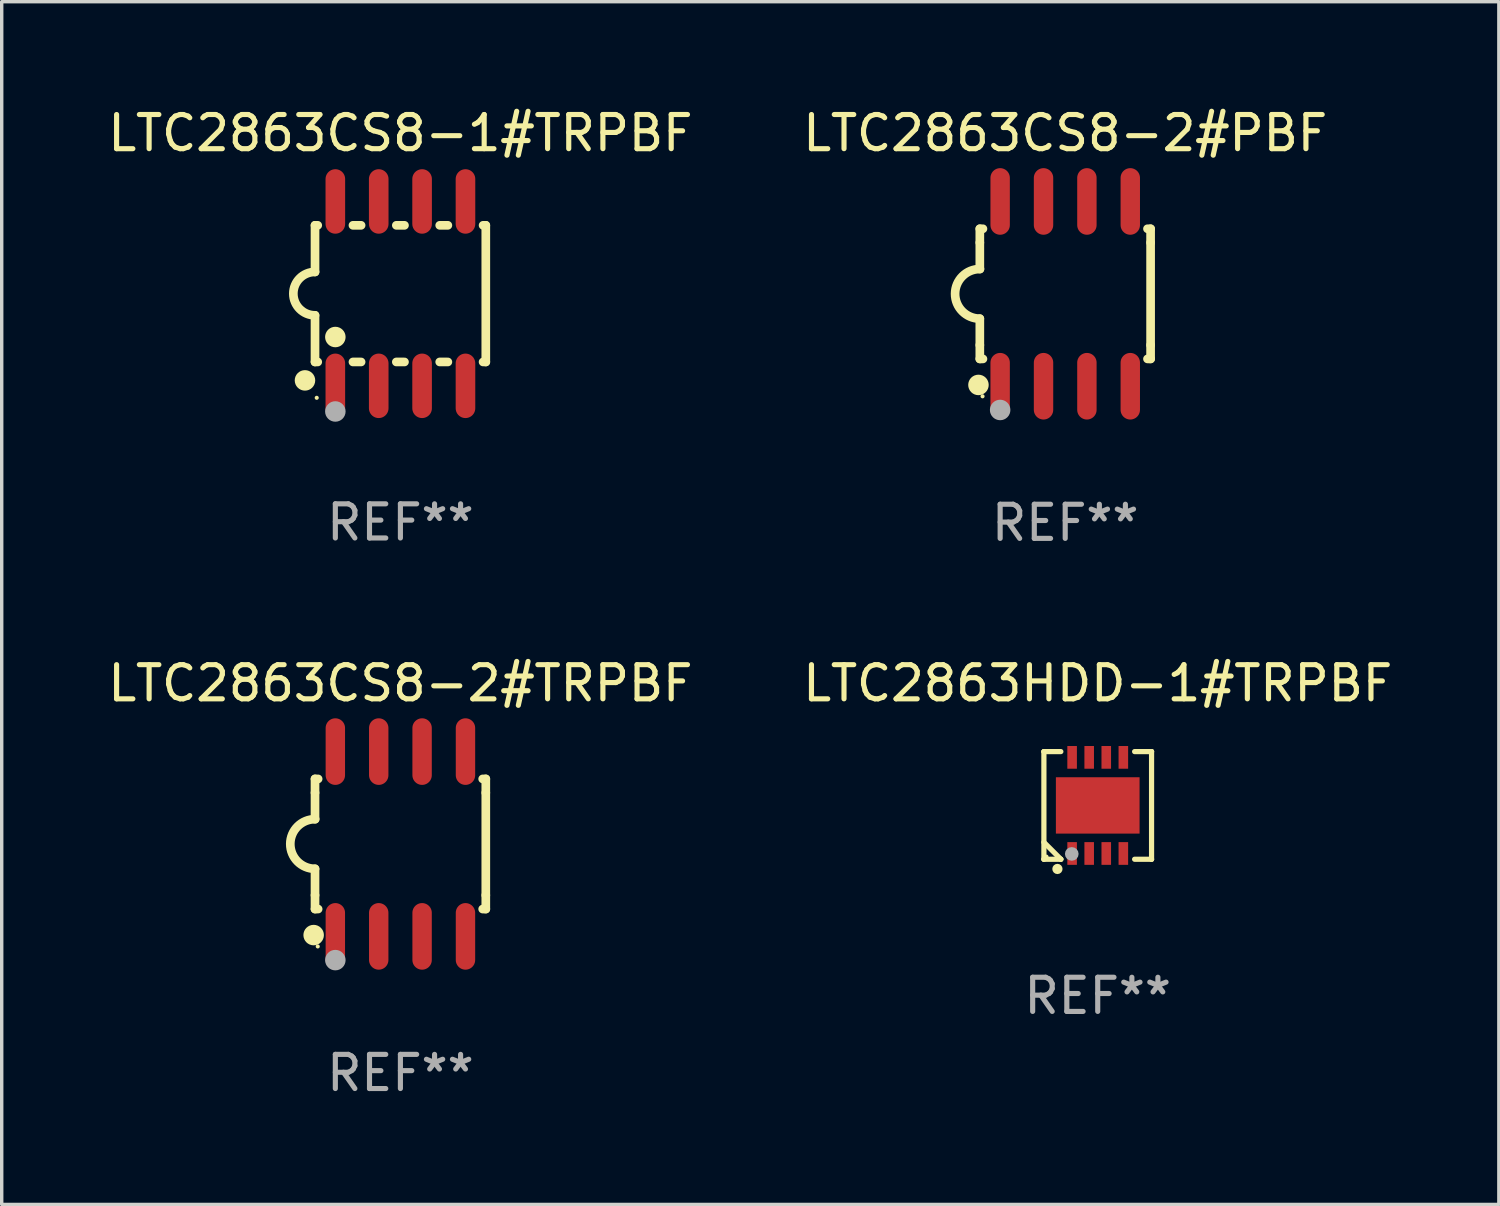
<source format=kicad_pcb>
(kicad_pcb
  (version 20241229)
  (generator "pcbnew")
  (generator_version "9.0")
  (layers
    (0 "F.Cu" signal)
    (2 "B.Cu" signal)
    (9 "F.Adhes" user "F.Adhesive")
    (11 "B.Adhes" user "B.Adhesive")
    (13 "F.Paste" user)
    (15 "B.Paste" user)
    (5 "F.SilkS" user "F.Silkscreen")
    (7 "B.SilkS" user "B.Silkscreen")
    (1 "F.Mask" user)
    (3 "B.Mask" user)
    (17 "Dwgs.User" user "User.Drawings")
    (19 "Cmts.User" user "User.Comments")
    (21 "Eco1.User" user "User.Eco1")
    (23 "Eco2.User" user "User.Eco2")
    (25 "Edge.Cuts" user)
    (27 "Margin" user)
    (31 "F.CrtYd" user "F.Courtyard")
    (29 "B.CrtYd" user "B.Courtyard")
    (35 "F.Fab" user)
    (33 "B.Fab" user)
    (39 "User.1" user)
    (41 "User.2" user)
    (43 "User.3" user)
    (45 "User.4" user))
  (footprint "LTC2863HDD-1#TRPBF"
    (layer "F.Cu")
    (at 29.089 20.531)
    (property "Reference" "LTC2863HDD-1#TRPBF" (at 0 -3.576 0) (layer "F.SilkS") (effects (font (size 1 1) (thickness 0.15))))
    (attr through_hole)
    (fp_line (start -1.576 -1.576) (end -1.576 -1.576) (stroke (width 0.152) (type solid)) (layer "F.SilkS"))
    (fp_line (start -1.576 -1.576) (end -1.08 -1.576) (stroke (width 0.152) (type solid)) (layer "F.SilkS"))
    (fp_line (start -1.576 1.576) (end -1.576 -1.576) (stroke (width 0.152) (type solid)) (layer "F.SilkS"))
    (fp_line (start -1.576 1.576) (end -1.576 1.576) (stroke (width 0.152) (type solid)) (layer "F.SilkS"))
    (fp_line (start -1.08 1.575) (end -1.576 1.079) (stroke (width 0.152) (type solid)) (layer "F.SilkS"))
    (fp_line (start -1.08 1.576) (end -1.576 1.576) (stroke (width 0.152) (type solid)) (layer "F.SilkS"))
    (fp_line (start -1.08 1.576) (end -1.08 1.575) (stroke (width 0.152) (type solid)) (layer "F.SilkS"))
    (fp_line (start 1.08 1.576) (end 1.576 1.576) (stroke (width 0.152) (type solid)) (layer "F.SilkS"))
    (fp_line (start 1.576 -1.576) (end 1.08 -1.576) (stroke (width 0.152) (type solid)) (layer "F.SilkS"))
    (fp_line (start 1.576 -1.576) (end 1.576 -1.576) (stroke (width 0.152) (type solid)) (layer "F.SilkS"))
    (fp_line (start 1.576 1.576) (end 1.576 -1.576) (stroke (width 0.152) (type solid)) (layer "F.SilkS"))
    (fp_line (start 1.576 1.576) (end 1.576 1.576) (stroke (width 0.152) (type solid)) (layer "F.SilkS"))
    (fp_circle (center -1.5 1.5) (end -1.47 1.5) (stroke (width 0.06) (type solid)) (fill no) (layer "F.SilkS"))
    (fp_circle (center -1.18 1.86) (end -1.105 1.86) (stroke (width 0.15) (type solid)) (fill no) (layer "F.SilkS"))
    (fp_circle (center -0.76 1.42) (end -0.66 1.42) (stroke (width 0.2) (type solid)) (fill no) (layer "F.Fab"))
    (fp_text user "REF**" (at 0 5.576 0) (layer "F.Fab") (effects (font (size 1 1) (thickness 0.15))))
    (pad "1" smd rect (at -0.75 1.407) (size 0.28 0.665) (layers "F.Cu" "F.Mask" "F.Paste"))
    (pad "2" smd rect (at -0.25 1.407) (size 0.28 0.665) (layers "F.Cu" "F.Mask" "F.Paste"))
    (pad "3" smd rect (at 0.25 1.407) (size 0.28 0.665) (layers "F.Cu" "F.Mask" "F.Paste"))
    (pad "4" smd rect (at 0.75 1.407) (size 0.28 0.665) (layers "F.Cu" "F.Mask" "F.Paste"))
    (pad "5" smd rect (at 0.75 -1.407) (size 0.28 0.665) (layers "F.Cu" "F.Mask" "F.Paste"))
    (pad "6" smd rect (at 0.25 -1.407) (size 0.28 0.665) (layers "F.Cu" "F.Mask" "F.Paste"))
    (pad "7" smd rect (at -0.25 -1.407) (size 0.28 0.665) (layers "F.Cu" "F.Mask" "F.Paste"))
    (pad "8" smd rect (at -0.75 -1.407) (size 0.28 0.665) (layers "F.Cu" "F.Mask" "F.Paste"))
    (pad "9" smd rect (at 0 0) (size 2.45 1.65) (layers "F.Cu" "F.Mask" "F.Paste")))
  (footprint "LTC2863CS8-2#PBF"
    (layer "F.Cu")
    (at 28.137 5.553)
    (property "Reference" "LTC2863CS8-2#PBF" (at 0 -4.705 0) (layer "F.SilkS") (effects (font (size 1 1) (thickness 0.15))))
    (attr through_hole)
    (fp_line (start -2.5 -1.905) (end -2.409 -1.905) (stroke (width 0.254) (type solid)) (layer "F.SilkS"))
    (fp_line (start -2.5 -1.5) (end -2.5 -1.905) (stroke (width 0.254) (type solid)) (layer "F.SilkS"))
    (fp_line (start -2.5 -1.5) (end -2.5 -0.726) (stroke (width 0.254) (type solid)) (layer "F.SilkS"))
    (fp_line (start -2.5 1.5) (end -2.5 0.727) (stroke (width 0.254) (type solid)) (layer "F.SilkS"))
    (fp_line (start -2.5 1.5) (end -2.5 1.905) (stroke (width 0.254) (type solid)) (layer "F.SilkS"))
    (fp_line (start -2.5 1.905) (end -2.409 1.905) (stroke (width 0.254) (type solid)) (layer "F.SilkS"))
    (fp_line (start 2.5 -1.905) (end 2.409 -1.905) (stroke (width 0.254) (type solid)) (layer "F.SilkS"))
    (fp_line (start 2.5 -1.5) (end 2.5 -1.905) (stroke (width 0.254) (type solid)) (layer "F.SilkS"))
    (fp_line (start 2.5 -1.5) (end 2.5 1.5) (stroke (width 0.254) (type solid)) (layer "F.SilkS"))
    (fp_line (start 2.5 1.5) (end 2.5 1.905) (stroke (width 0.254) (type solid)) (layer "F.SilkS"))
    (fp_line (start 2.5 1.905) (end 2.409 1.905) (stroke (width 0.254) (type solid)) (layer "F.SilkS"))
    (fp_arc (start -2.5 0.726568) (mid -3.220316 -0.0023) (end -2.495097 -0.726289) (stroke (width 0.254001) (type solid)) (layer "F.SilkS"))
    (fp_circle (center -2.54 2.667) (end -2.39 2.667) (stroke (width 0.3) (type solid)) (fill no) (layer "F.SilkS"))
    (fp_circle (center -2.42 3) (end -2.39 3) (stroke (width 0.06) (type solid)) (fill no) (layer "F.SilkS"))
    (fp_circle (center -1.905 3.4) (end -1.755 3.4) (stroke (width 0.3) (type solid)) (fill no) (layer "F.Fab"))
    (fp_text user "REF**" (at 0 6.705 0) (layer "F.Fab") (effects (font (size 1 1) (thickness 0.15))))
    (pad "1" smd oval (at -1.905 2.705) (size 0.568 1.95) (layers "F.Cu" "F.Mask" "F.Paste"))
    (pad "2" smd oval (at -0.635 2.705) (size 0.568 1.95) (layers "F.Cu" "F.Mask" "F.Paste"))
    (pad "3" smd oval (at 0.635 2.705) (size 0.568 1.95) (layers "F.Cu" "F.Mask" "F.Paste"))
    (pad "4" smd oval (at 1.905 2.705) (size 0.568 1.95) (layers "F.Cu" "F.Mask" "F.Paste"))
    (pad "5" smd oval (at 1.905 -2.705) (size 0.568 1.95) (layers "F.Cu" "F.Mask" "F.Paste"))
    (pad "6" smd oval (at 0.635 -2.705) (size 0.568 1.95) (layers "F.Cu" "F.Mask" "F.Paste"))
    (pad "7" smd oval (at -0.635 -2.705) (size 0.568 1.95) (layers "F.Cu" "F.Mask" "F.Paste"))
    (pad "8" smd oval (at -1.905 -2.705) (size 0.568 1.95) (layers "F.Cu" "F.Mask" "F.Paste")))
  (footprint "LTC2863CS8-1#TRPBF"
    (layer "F.Cu")
    (at 8.673 5.547)
    (property "Reference" "LTC2863CS8-1#TRPBF" (at 0 -4.699 0) (layer "F.SilkS") (effects (font (size 1 1) (thickness 0.15))))
    (attr through_hole)
    (fp_line (start -2.5 -2) (end -2.5 -0.635) (stroke (width 0.254) (type solid)) (layer "F.SilkS"))
    (fp_line (start -2.5 -2) (end -2.421 -2) (stroke (width 0.254) (type solid)) (layer "F.SilkS"))
    (fp_line (start -2.5 2) (end -2.5 0.635) (stroke (width 0.254) (type solid)) (layer "F.SilkS"))
    (fp_line (start -2.5 2) (end -2.421 2) (stroke (width 0.254) (type solid)) (layer "F.SilkS"))
    (fp_line (start -1.389 -2) (end -1.151 -2) (stroke (width 0.254) (type solid)) (layer "F.SilkS"))
    (fp_line (start -1.389 2) (end -1.151 2) (stroke (width 0.254) (type solid)) (layer "F.SilkS"))
    (fp_line (start -0.119 -2) (end 0.119 -2) (stroke (width 0.254) (type solid)) (layer "F.SilkS"))
    (fp_line (start -0.119 2) (end 0.119 2) (stroke (width 0.254) (type solid)) (layer "F.SilkS"))
    (fp_line (start 1.151 -2) (end 1.389 -2) (stroke (width 0.254) (type solid)) (layer "F.SilkS"))
    (fp_line (start 1.151 2) (end 1.389 2) (stroke (width 0.254) (type solid)) (layer "F.SilkS"))
    (fp_line (start 2.421 -2) (end 2.5 -2) (stroke (width 0.254) (type solid)) (layer "F.SilkS"))
    (fp_line (start 2.421 2) (end 2.5 2) (stroke (width 0.254) (type solid)) (layer "F.SilkS"))
    (fp_line (start 2.5 -2) (end 2.5 2) (stroke (width 0.254) (type solid)) (layer "F.SilkS"))
    (fp_arc (start -2.5 0.635001) (mid -3.134366 -0.000318) (end -2.499365 -0.635001) (stroke (width 0.254001) (type solid)) (layer "F.SilkS"))
    (fp_circle (center -2.794 2.54) (end -2.644 2.54) (stroke (width 0.3) (type solid)) (fill no) (layer "F.SilkS"))
    (fp_circle (center -2.45 3.05) (end -2.42 3.05) (stroke (width 0.06) (type solid)) (fill no) (layer "F.SilkS"))
    (fp_circle (center -1.905 1.27) (end -1.755 1.27) (stroke (width 0.3) (type solid)) (fill no) (layer "F.SilkS"))
    (fp_circle (center -1.905 3.45) (end -1.755 3.45) (stroke (width 0.3) (type solid)) (fill no) (layer "F.Fab"))
    (fp_text user "REF**" (at 0 6.699 0) (layer "F.Fab") (effects (font (size 1 1) (thickness 0.15))))
    (pad "1" smd oval (at -1.905 2.699) (size 0.574 1.888) (layers "F.Cu" "F.Mask" "F.Paste"))
    (pad "2" smd oval (at -0.635 2.699) (size 0.574 1.888) (layers "F.Cu" "F.Mask" "F.Paste"))
    (pad "3" smd oval (at 0.635 2.699) (size 0.574 1.888) (layers "F.Cu" "F.Mask" "F.Paste"))
    (pad "4" smd oval (at 1.905 2.699) (size 0.574 1.888) (layers "F.Cu" "F.Mask" "F.Paste"))
    (pad "5" smd oval (at 1.905 -2.699) (size 0.574 1.888) (layers "F.Cu" "F.Mask" "F.Paste"))
    (pad "6" smd oval (at 0.635 -2.699) (size 0.574 1.888) (layers "F.Cu" "F.Mask" "F.Paste"))
    (pad "7" smd oval (at -0.635 -2.699) (size 0.574 1.888) (layers "F.Cu" "F.Mask" "F.Paste"))
    (pad "8" smd oval (at -1.905 -2.699) (size 0.574 1.888) (layers "F.Cu" "F.Mask" "F.Paste")))
  (footprint "LTC2863CS8-2#TRPBF"
    (layer "F.Cu")
    (at 8.673 21.66)
    (property "Reference" "LTC2863CS8-2#TRPBF" (at 0 -4.705 0) (layer "F.SilkS") (effects (font (size 1 1) (thickness 0.15))))
    (attr through_hole)
    (fp_line (start -2.5 -1.905) (end -2.409 -1.905) (stroke (width 0.254) (type solid)) (layer "F.SilkS"))
    (fp_line (start -2.5 -1.5) (end -2.5 -1.905) (stroke (width 0.254) (type solid)) (layer "F.SilkS"))
    (fp_line (start -2.5 -1.5) (end -2.5 -0.726) (stroke (width 0.254) (type solid)) (layer "F.SilkS"))
    (fp_line (start -2.5 1.5) (end -2.5 0.727) (stroke (width 0.254) (type solid)) (layer "F.SilkS"))
    (fp_line (start -2.5 1.5) (end -2.5 1.905) (stroke (width 0.254) (type solid)) (layer "F.SilkS"))
    (fp_line (start -2.5 1.905) (end -2.409 1.905) (stroke (width 0.254) (type solid)) (layer "F.SilkS"))
    (fp_line (start 2.5 -1.905) (end 2.409 -1.905) (stroke (width 0.254) (type solid)) (layer "F.SilkS"))
    (fp_line (start 2.5 -1.5) (end 2.5 -1.905) (stroke (width 0.254) (type solid)) (layer "F.SilkS"))
    (fp_line (start 2.5 -1.5) (end 2.5 1.5) (stroke (width 0.254) (type solid)) (layer "F.SilkS"))
    (fp_line (start 2.5 1.5) (end 2.5 1.905) (stroke (width 0.254) (type solid)) (layer "F.SilkS"))
    (fp_line (start 2.5 1.905) (end 2.409 1.905) (stroke (width 0.254) (type solid)) (layer "F.SilkS"))
    (fp_arc (start -2.5 0.726568) (mid -3.220316 -0.0023) (end -2.495097 -0.726289) (stroke (width 0.254001) (type solid)) (layer "F.SilkS"))
    (fp_circle (center -2.54 2.667) (end -2.39 2.667) (stroke (width 0.3) (type solid)) (fill no) (layer "F.SilkS"))
    (fp_circle (center -2.42 3) (end -2.39 3) (stroke (width 0.06) (type solid)) (fill no) (layer "F.SilkS"))
    (fp_circle (center -1.905 3.4) (end -1.755 3.4) (stroke (width 0.3) (type solid)) (fill no) (layer "F.Fab"))
    (fp_text user "REF**" (at 0 6.705 0) (layer "F.Fab") (effects (font (size 1 1) (thickness 0.15))))
    (pad "1" smd oval (at -1.905 2.705) (size 0.568 1.95) (layers "F.Cu" "F.Mask" "F.Paste"))
    (pad "2" smd oval (at -0.635 2.705) (size 0.568 1.95) (layers "F.Cu" "F.Mask" "F.Paste"))
    (pad "3" smd oval (at 0.635 2.705) (size 0.568 1.95) (layers "F.Cu" "F.Mask" "F.Paste"))
    (pad "4" smd oval (at 1.905 2.705) (size 0.568 1.95) (layers "F.Cu" "F.Mask" "F.Paste"))
    (pad "5" smd oval (at 1.905 -2.705) (size 0.568 1.95) (layers "F.Cu" "F.Mask" "F.Paste"))
    (pad "6" smd oval (at 0.635 -2.705) (size 0.568 1.95) (layers "F.Cu" "F.Mask" "F.Paste"))
    (pad "7" smd oval (at -0.635 -2.705) (size 0.568 1.95) (layers "F.Cu" "F.Mask" "F.Paste"))
    (pad "8" smd oval (at -1.905 -2.705) (size 0.568 1.95) (layers "F.Cu" "F.Mask" "F.Paste")))
  (gr_rect
    (start -3 -3)
    (end 40.833 32.213)
    (stroke (width 0.1) (type default))
    (fill no)
    (layer "Edge.Cuts")))
</source>
